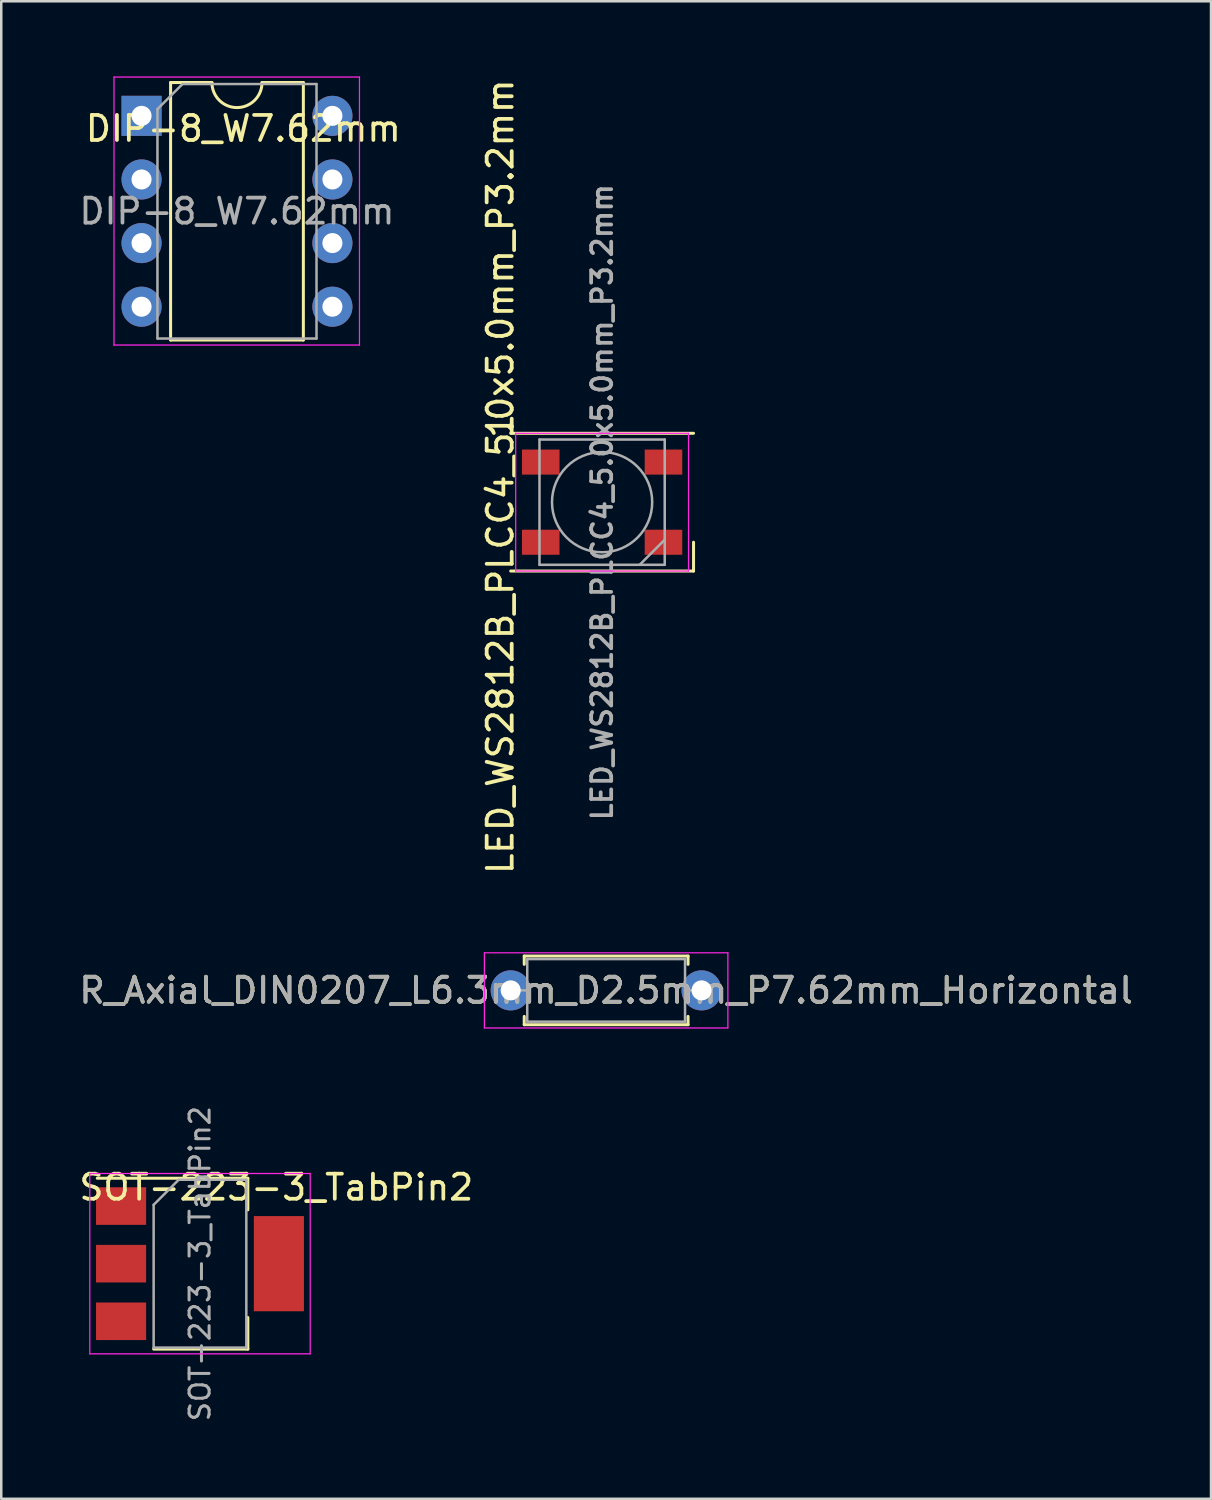
<source format=kicad_pcb>
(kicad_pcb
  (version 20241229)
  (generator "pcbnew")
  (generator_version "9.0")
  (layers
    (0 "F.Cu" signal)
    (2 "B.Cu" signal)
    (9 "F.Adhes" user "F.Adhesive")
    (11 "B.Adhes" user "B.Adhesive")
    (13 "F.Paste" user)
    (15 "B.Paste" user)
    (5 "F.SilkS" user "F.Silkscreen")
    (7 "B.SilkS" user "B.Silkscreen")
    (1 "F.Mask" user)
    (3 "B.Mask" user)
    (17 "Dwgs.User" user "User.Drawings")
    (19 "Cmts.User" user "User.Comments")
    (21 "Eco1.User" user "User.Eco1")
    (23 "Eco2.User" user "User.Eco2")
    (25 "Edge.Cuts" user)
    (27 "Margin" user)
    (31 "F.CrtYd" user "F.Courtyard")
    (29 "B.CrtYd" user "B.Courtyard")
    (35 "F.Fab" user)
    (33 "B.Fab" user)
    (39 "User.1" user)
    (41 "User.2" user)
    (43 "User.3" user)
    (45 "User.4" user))
  (footprint "R_Axial_DIN0207_L6.3mm_D2.5mm_P7.62mm_Horizontal"
    (layer "F.Cu")
    (at 17.339 36.489)
    (property "Reference" "R_Axial_DIN0207_L6.3mm_D2.5mm_P7.62mm_Horizontal" (at 3.81 0 180) (layer "F.SilkS") (effects (font (size 1 1) (thickness 0.15))))
    (attr through_hole)
    (fp_line (start 0.54 -1.37) (end 7.08 -1.37) (stroke (width 0.12) (type solid)) (layer "F.SilkS"))
    (fp_line (start 0.54 -1.04) (end 0.54 -1.37) (stroke (width 0.12) (type solid)) (layer "F.SilkS"))
    (fp_line (start 0.54 1.04) (end 0.54 1.37) (stroke (width 0.12) (type solid)) (layer "F.SilkS"))
    (fp_line (start 0.54 1.37) (end 7.08 1.37) (stroke (width 0.12) (type solid)) (layer "F.SilkS"))
    (fp_line (start 7.08 -1.37) (end 7.08 -1.04) (stroke (width 0.12) (type solid)) (layer "F.SilkS"))
    (fp_line (start 7.08 1.37) (end 7.08 1.04) (stroke (width 0.12) (type solid)) (layer "F.SilkS"))
    (fp_line (start -1.05 -1.5) (end -1.05 1.5) (stroke (width 0.05) (type solid)) (layer "F.CrtYd"))
    (fp_line (start -1.05 1.5) (end 8.67 1.5) (stroke (width 0.05) (type solid)) (layer "F.CrtYd"))
    (fp_line (start 8.67 -1.5) (end -1.05 -1.5) (stroke (width 0.05) (type solid)) (layer "F.CrtYd"))
    (fp_line (start 8.67 1.5) (end 8.67 -1.5) (stroke (width 0.05) (type solid)) (layer "F.CrtYd"))
    (fp_line (start 0 0) (end 0.66 0) (stroke (width 0.1) (type solid)) (layer "F.Fab"))
    (fp_line (start 0.66 -1.25) (end 0.66 1.25) (stroke (width 0.1) (type solid)) (layer "F.Fab"))
    (fp_line (start 0.66 1.25) (end 6.96 1.25) (stroke (width 0.1) (type solid)) (layer "F.Fab"))
    (fp_line (start 6.96 -1.25) (end 0.66 -1.25) (stroke (width 0.1) (type solid)) (layer "F.Fab"))
    (fp_line (start 6.96 1.25) (end 6.96 -1.25) (stroke (width 0.1) (type solid)) (layer "F.Fab"))
    (fp_line (start 7.62 0) (end 6.96 0) (stroke (width 0.1) (type solid)) (layer "F.Fab"))
    (fp_text user "${REFERENCE}" (at 3.81 0 180) (layer "F.Fab") (effects (font (size 1 1) (thickness 0.15))))
    (pad "1" thru_hole circle (at 0 0) (size 1.6 1.6) (drill 0.8) (layers "*.Cu" "*.Mask"))
    (pad "2" thru_hole oval (at 7.62 0) (size 1.6 1.6) (drill 0.8) (layers "*.Cu" "*.Mask")))
  (footprint "LED_WS2812B_PLCC4_5.0x5.0mm_P3.2mm"
    (layer "F.Cu")
    (at 20.988 16.998)
    (property "Reference" "LED_WS2812B_PLCC4_5.0x5.0mm_P3.2mm" (at -4.064 -1.016 90) (layer "F.SilkS") (effects (font (size 1 1) (thickness 0.15))))
    (attr smd)
    (fp_line (start -3.65 -2.75) (end 3.65 -2.75) (stroke (width 0.12) (type solid)) (layer "F.SilkS"))
    (fp_line (start -3.65 2.75) (end 3.65 2.75) (stroke (width 0.12) (type solid)) (layer "F.SilkS"))
    (fp_line (start 3.65 2.75) (end 3.65 1.6) (stroke (width 0.12) (type solid)) (layer "F.SilkS"))
    (fp_line (start -3.45 -2.75) (end -3.45 2.75) (stroke (width 0.05) (type solid)) (layer "F.CrtYd"))
    (fp_line (start -3.45 2.75) (end 3.45 2.75) (stroke (width 0.05) (type solid)) (layer "F.CrtYd"))
    (fp_line (start 3.45 -2.75) (end -3.45 -2.75) (stroke (width 0.05) (type solid)) (layer "F.CrtYd"))
    (fp_line (start 3.45 2.75) (end 3.45 -2.75) (stroke (width 0.05) (type solid)) (layer "F.CrtYd"))
    (fp_line (start -2.5 -2.5) (end -2.5 2.5) (stroke (width 0.1) (type solid)) (layer "F.Fab"))
    (fp_line (start -2.5 2.5) (end 2.5 2.5) (stroke (width 0.1) (type solid)) (layer "F.Fab"))
    (fp_line (start 2.5 -2.5) (end -2.5 -2.5) (stroke (width 0.1) (type solid)) (layer "F.Fab"))
    (fp_line (start 2.5 1.5) (end 1.5 2.5) (stroke (width 0.1) (type solid)) (layer "F.Fab"))
    (fp_line (start 2.5 2.5) (end 2.5 -2.5) (stroke (width 0.1) (type solid)) (layer "F.Fab"))
    (fp_circle (center 0 0) (end 0 -2) (stroke (width 0.1) (type solid)) (fill no) (layer "F.Fab"))
    (fp_text user "1" (at -4.064 -3.048 90) (layer "F.SilkS") (effects (font (size 1 1) (thickness 0.15))))
    (fp_text user "${REFERENCE}" (at 0 0 90) (layer "F.Fab") (effects (font (size 0.8 0.8) (thickness 0.15))))
    (pad "1" smd rect (at -2.45 -1.6) (size 1.5 1) (layers "F.Cu" "F.Mask" "F.Paste"))
    (pad "2" smd rect (at -2.45 1.6) (size 1.5 1) (layers "F.Cu" "F.Mask" "F.Paste"))
    (pad "3" smd rect (at 2.45 1.6) (size 1.5 1) (layers "F.Cu" "F.Mask" "F.Paste"))
    (pad "4" smd rect (at 2.45 -1.6) (size 1.5 1) (layers "F.Cu" "F.Mask" "F.Paste")))
  (footprint "DIP-8_W7.62mm"
    (layer "F.Cu")
    (at 2.601 1.575)
    (property "Reference" "DIP-8_W7.62mm" (at 4.064 0.508 0) (layer "F.SilkS") (effects (font (size 1 1) (thickness 0.15))))
    (attr through_hole)
    (fp_line (start 1.16 -1.33) (end 1.16 8.95) (stroke (width 0.12) (type solid)) (layer "F.SilkS"))
    (fp_line (start 1.16 8.95) (end 6.46 8.95) (stroke (width 0.12) (type solid)) (layer "F.SilkS"))
    (fp_line (start 2.81 -1.33) (end 1.16 -1.33) (stroke (width 0.12) (type solid)) (layer "F.SilkS"))
    (fp_line (start 6.46 -1.33) (end 4.81 -1.33) (stroke (width 0.12) (type solid)) (layer "F.SilkS"))
    (fp_line (start 6.46 8.95) (end 6.46 -1.33) (stroke (width 0.12) (type solid)) (layer "F.SilkS"))
    (fp_arc (start 4.81 -1.33) (mid 3.81 -0.33) (end 2.81 -1.33) (stroke (width 0.12) (type solid)) (layer "F.SilkS"))
    (fp_line (start -1.1 -1.55) (end -1.1 9.15) (stroke (width 0.05) (type solid)) (layer "F.CrtYd"))
    (fp_line (start -1.1 9.15) (end 8.7 9.15) (stroke (width 0.05) (type solid)) (layer "F.CrtYd"))
    (fp_line (start 8.7 -1.55) (end -1.1 -1.55) (stroke (width 0.05) (type solid)) (layer "F.CrtYd"))
    (fp_line (start 8.7 9.15) (end 8.7 -1.55) (stroke (width 0.05) (type solid)) (layer "F.CrtYd"))
    (fp_line (start 0.635 -0.27) (end 1.635 -1.27) (stroke (width 0.1) (type solid)) (layer "F.Fab"))
    (fp_line (start 0.635 8.89) (end 0.635 -0.27) (stroke (width 0.1) (type solid)) (layer "F.Fab"))
    (fp_line (start 1.635 -1.27) (end 6.985 -1.27) (stroke (width 0.1) (type solid)) (layer "F.Fab"))
    (fp_line (start 6.985 -1.27) (end 6.985 8.89) (stroke (width 0.1) (type solid)) (layer "F.Fab"))
    (fp_line (start 6.985 8.89) (end 0.635 8.89) (stroke (width 0.1) (type solid)) (layer "F.Fab"))
    (fp_text user "${REFERENCE}" (at 3.81 3.81 0) (layer "F.Fab") (effects (font (size 1 1) (thickness 0.15))))
    (pad "1" thru_hole rect (at 0 0) (size 1.6 1.6) (drill 0.8) (layers "*.Cu" "*.Mask"))
    (pad "2" thru_hole oval (at 0 2.54) (size 1.6 1.6) (drill 0.8) (layers "*.Cu" "*.Mask"))
    (pad "3" thru_hole oval (at 0 5.08) (size 1.6 1.6) (drill 0.8) (layers "*.Cu" "*.Mask"))
    (pad "4" thru_hole oval (at 0 7.62) (size 1.6 1.6) (drill 0.8) (layers "*.Cu" "*.Mask"))
    (pad "5" thru_hole oval (at 7.62 7.62) (size 1.6 1.6) (drill 0.8) (layers "*.Cu" "*.Mask"))
    (pad "6" thru_hole oval (at 7.62 5.08) (size 1.6 1.6) (drill 0.8) (layers "*.Cu" "*.Mask"))
    (pad "7" thru_hole oval (at 7.62 2.54) (size 1.6 1.6) (drill 0.8) (layers "*.Cu" "*.Mask"))
    (pad "8" thru_hole oval (at 7.62 0) (size 1.6 1.6) (drill 0.8) (layers "*.Cu" "*.Mask")))
  (footprint "SOT-223-3_TabPin2"
    (layer "F.Cu")
    (at 4.934 47.4)
    (property "Reference" "SOT-223-3_TabPin2" (at 3.048 -3.048 180) (layer "F.SilkS") (effects (font (size 1 1) (thickness 0.15))))
    (attr smd)
    (fp_line (start -4.1 -3.41) (end 1.91 -3.41) (stroke (width 0.12) (type solid)) (layer "F.SilkS"))
    (fp_line (start -1.85 3.41) (end 1.91 3.41) (stroke (width 0.12) (type solid)) (layer "F.SilkS"))
    (fp_line (start 1.91 -3.41) (end 1.91 -2.15) (stroke (width 0.12) (type solid)) (layer "F.SilkS"))
    (fp_line (start 1.91 3.41) (end 1.91 2.15) (stroke (width 0.12) (type solid)) (layer "F.SilkS"))
    (fp_line (start -4.4 -3.6) (end -4.4 3.6) (stroke (width 0.05) (type solid)) (layer "F.CrtYd"))
    (fp_line (start -4.4 3.6) (end 4.4 3.6) (stroke (width 0.05) (type solid)) (layer "F.CrtYd"))
    (fp_line (start 4.4 -3.6) (end -4.4 -3.6) (stroke (width 0.05) (type solid)) (layer "F.CrtYd"))
    (fp_line (start 4.4 3.6) (end 4.4 -3.6) (stroke (width 0.05) (type solid)) (layer "F.CrtYd"))
    (fp_line (start -1.85 -2.35) (end -1.85 3.35) (stroke (width 0.1) (type solid)) (layer "F.Fab"))
    (fp_line (start -1.85 -2.35) (end -0.85 -3.35) (stroke (width 0.1) (type solid)) (layer "F.Fab"))
    (fp_line (start -1.85 3.35) (end 1.85 3.35) (stroke (width 0.1) (type solid)) (layer "F.Fab"))
    (fp_line (start -0.85 -3.35) (end 1.85 -3.35) (stroke (width 0.1) (type solid)) (layer "F.Fab"))
    (fp_line (start 1.85 -3.35) (end 1.85 3.35) (stroke (width 0.1) (type solid)) (layer "F.Fab"))
    (fp_text user "${REFERENCE}" (at 0 0 90) (layer "F.Fab") (effects (font (size 0.8 0.8) (thickness 0.12))))
    (pad "1" smd rect (at -3.15 -2.3) (size 2 1.5) (layers "F.Cu" "F.Mask" "F.Paste"))
    (pad "2" smd rect (at -3.15 0) (size 2 1.5) (layers "F.Cu" "F.Mask" "F.Paste"))
    (pad "2" smd rect (at 3.15 0) (size 2 3.8) (layers "F.Cu" "F.Mask" "F.Paste"))
    (pad "3" smd rect (at -3.15 2.3) (size 2 1.5) (layers "F.Cu" "F.Mask" "F.Paste")))
  (gr_rect
    (start -3 -3)
    (end 45.298 56.786)
    (stroke (width 0.1) (type default))
    (fill no)
    (layer "Edge.Cuts")))
</source>
